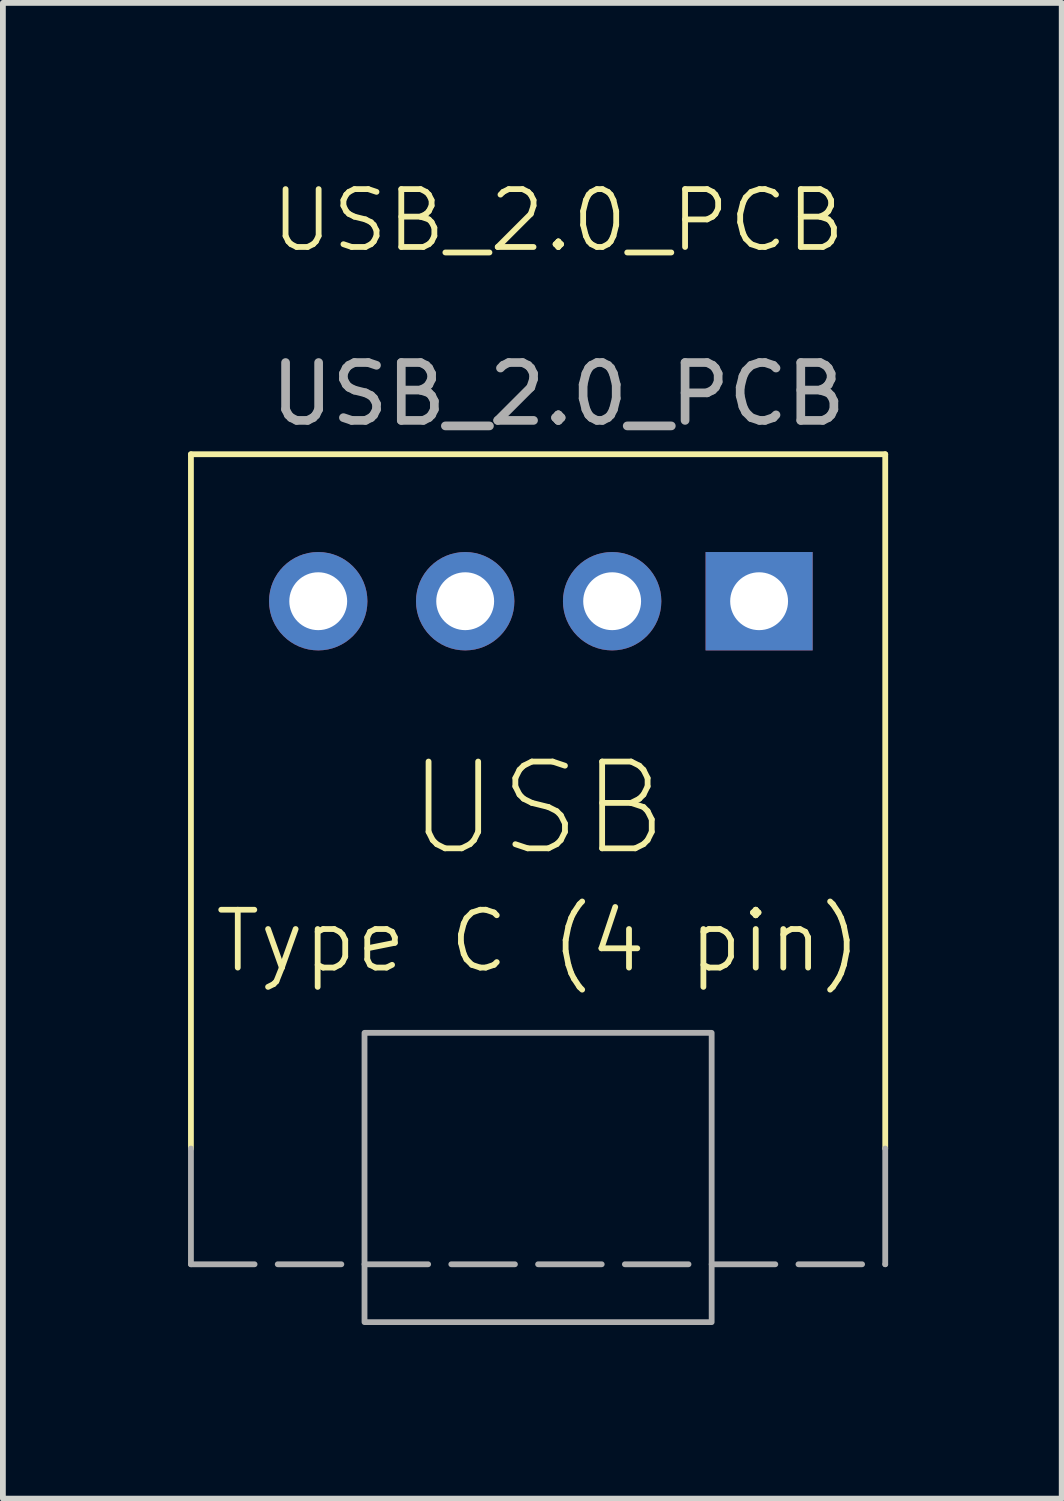
<source format=kicad_pcb>
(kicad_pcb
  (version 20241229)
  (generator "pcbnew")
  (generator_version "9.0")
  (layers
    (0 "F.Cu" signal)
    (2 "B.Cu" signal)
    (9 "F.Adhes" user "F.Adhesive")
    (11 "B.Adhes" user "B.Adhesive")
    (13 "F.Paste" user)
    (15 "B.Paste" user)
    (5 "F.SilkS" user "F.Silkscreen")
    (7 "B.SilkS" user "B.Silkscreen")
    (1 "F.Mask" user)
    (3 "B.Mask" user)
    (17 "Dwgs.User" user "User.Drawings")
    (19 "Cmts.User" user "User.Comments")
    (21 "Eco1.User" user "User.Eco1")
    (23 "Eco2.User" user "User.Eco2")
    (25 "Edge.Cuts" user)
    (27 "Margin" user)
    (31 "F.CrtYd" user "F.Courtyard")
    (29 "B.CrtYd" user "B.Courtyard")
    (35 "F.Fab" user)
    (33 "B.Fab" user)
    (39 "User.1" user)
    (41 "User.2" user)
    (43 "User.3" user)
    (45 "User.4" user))
  (footprint "USB_2.0_PCB"
    (layer "F.Cu")
    (at 0.25 4.801)
    (property "Reference" "USB_2.0_PCB" (at 6.35 -4.04 0) (unlocked yes) (layer "F.SilkS") (effects (font (size 1 1) (thickness 0.1))))
    (attr through_hole)
    (fp_line (start 0 0) (end 12 0) (stroke (width 0.1) (type default)) (layer "F.SilkS"))
    (fp_line (start 0 12) (end 0 0) (stroke (width 0.1) (type default)) (layer "F.SilkS"))
    (fp_line (start 12 0) (end 12 12) (stroke (width 0.1) (type default)) (layer "F.SilkS"))
    (fp_line (start 0 14) (end 0 12) (stroke (width 0.1) (type solid)) (layer "F.Fab"))
    (fp_line (start 0 14) (end 12 14) (stroke (width 0.1) (type dash)) (layer "F.Fab"))
    (fp_line (start 12 14) (end 12 12) (stroke (width 0.1) (type solid)) (layer "F.Fab"))
    (fp_rect (start 3 10) (end 9 15) (stroke (width 0.1) (type default)) (fill no) (layer "F.Fab"))
    (fp_text user "Type C (4 pin)" (at 6 9 0) (unlocked yes) (layer "F.SilkS") (effects (font (size 1 1) (thickness 0.1)) (justify bottom)))
    (fp_text user "USB" (at 6 7 0) (unlocked yes) (layer "F.SilkS") (effects (font (size 1.5 1.5) (thickness 0.1)) (justify bottom)))
    (fp_text user "${REFERENCE}" (at 6.35 -1.04 0) (unlocked yes) (layer "F.Fab") (effects (font (size 1 1) (thickness 0.15))))
    (pad "1" thru_hole rect (at 9.82 2.54 90) (size 1.7 1.85) (drill 1) (layers "*.Cu" "*.Mask"))
    (pad "2" thru_hole circle (at 7.28 2.54 90) (size 1.7 1.7) (drill 1) (layers "*.Cu" "*.Mask"))
    (pad "3" thru_hole circle (at 4.74 2.54 90) (size 1.7 1.7) (drill 1) (layers "*.Cu" "*.Mask"))
    (pad "4" thru_hole circle (at 2.2 2.54 90) (size 1.7 1.7) (drill 1) (layers "*.Cu" "*.Mask")))
  (gr_rect
    (start -3 -3)
    (end 15.3 22.851)
    (stroke (width 0.1) (type default))
    (fill no)
    (layer "Edge.Cuts")))
</source>
